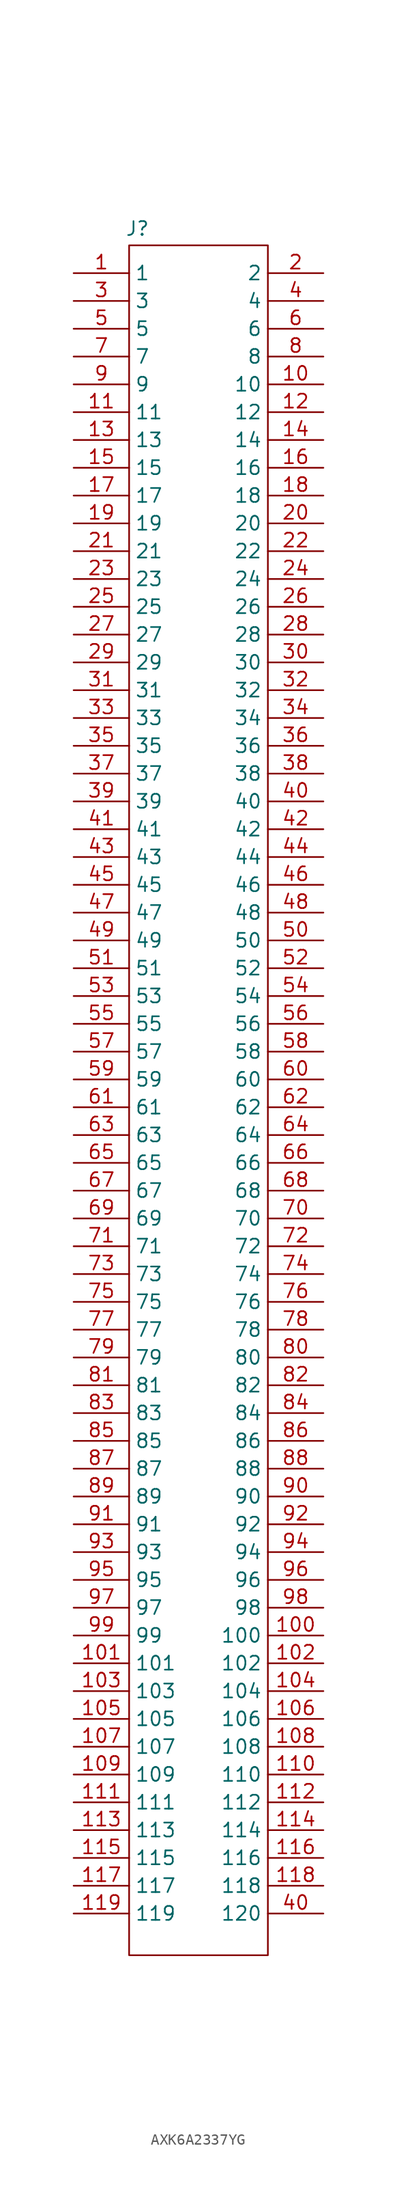
<source format=kicad_sym>
(kicad_symbol_lib
  (version 20231120)
  (generator "kicad_symbol_editor")
  (generator_version "8.0")
  (symbol "AXK6A2337YG"
    (property "Reference" "J"
      (at -5.588 78.994 0)
      (effects (font (size 1.27 1.27))))
    (property "Value" ""
      (at -1.27 0 0)
      (effects (font (size 1.27 1.27))))
    (symbol "AXK6A2337YG_0_1"
      (rectangle (start -6.35 77.47) (end 6.35 -78.74) (stroke (width 0) (type default)) (fill (type none))))
    (symbol "AXK6A2337YG_1_1"
      (pin input line (at -11.43 74.93 0) (length 5.08) (name "1" (effects (font (size 1.27 1.27)))) (number "1" (effects (font (size 1.27 1.27)))))
      (pin input line (at 11.43 64.77 180) (length 5.08) (name "10" (effects (font (size 1.27 1.27)))) (number "10" (effects (font (size 1.27 1.27)))))
      (pin input line (at 11.43 -49.53 180) (length 5.08) (name "100" (effects (font (size 1.27 1.27)))) (number "100" (effects (font (size 1.27 1.27)))))
      (pin input line (at -11.43 -52.07 0) (length 5.08) (name "101" (effects (font (size 1.27 1.27)))) (number "101" (effects (font (size 1.27 1.27)))))
      (pin input line (at 11.43 -52.07 180) (length 5.08) (name "102" (effects (font (size 1.27 1.27)))) (number "102" (effects (font (size 1.27 1.27)))))
      (pin input line (at -11.43 -54.61 0) (length 5.08) (name "103" (effects (font (size 1.27 1.27)))) (number "103" (effects (font (size 1.27 1.27)))))
      (pin input line (at 11.43 -54.61 180) (length 5.08) (name "104" (effects (font (size 1.27 1.27)))) (number "104" (effects (font (size 1.27 1.27)))))
      (pin input line (at -11.43 -57.15 0) (length 5.08) (name "105" (effects (font (size 1.27 1.27)))) (number "105" (effects (font (size 1.27 1.27)))))
      (pin input line (at 11.43 -57.15 180) (length 5.08) (name "106" (effects (font (size 1.27 1.27)))) (number "106" (effects (font (size 1.27 1.27)))))
      (pin input line (at -11.43 -59.69 0) (length 5.08) (name "107" (effects (font (size 1.27 1.27)))) (number "107" (effects (font (size 1.27 1.27)))))
      (pin input line (at 11.43 -59.69 180) (length 5.08) (name "108" (effects (font (size 1.27 1.27)))) (number "108" (effects (font (size 1.27 1.27)))))
      (pin input line (at -11.43 -62.23 0) (length 5.08) (name "109" (effects (font (size 1.27 1.27)))) (number "109" (effects (font (size 1.27 1.27)))))
      (pin input line (at -11.43 62.23 0) (length 5.08) (name "11" (effects (font (size 1.27 1.27)))) (number "11" (effects (font (size 1.27 1.27)))))
      (pin input line (at 11.43 -62.23 180) (length 5.08) (name "110" (effects (font (size 1.27 1.27)))) (number "110" (effects (font (size 1.27 1.27)))))
      (pin input line (at -11.43 -64.77 0) (length 5.08) (name "111" (effects (font (size 1.27 1.27)))) (number "111" (effects (font (size 1.27 1.27)))))
      (pin input line (at 11.43 -64.77 180) (length 5.08) (name "112" (effects (font (size 1.27 1.27)))) (number "112" (effects (font (size 1.27 1.27)))))
      (pin input line (at -11.43 -67.31 0) (length 5.08) (name "113" (effects (font (size 1.27 1.27)))) (number "113" (effects (font (size 1.27 1.27)))))
      (pin input line (at 11.43 -67.31 180) (length 5.08) (name "114" (effects (font (size 1.27 1.27)))) (number "114" (effects (font (size 1.27 1.27)))))
      (pin input line (at -11.43 -69.85 0) (length 5.08) (name "115" (effects (font (size 1.27 1.27)))) (number "115" (effects (font (size 1.27 1.27)))))
      (pin input line (at 11.43 -69.85 180) (length 5.08) (name "116" (effects (font (size 1.27 1.27)))) (number "116" (effects (font (size 1.27 1.27)))))
      (pin input line (at -11.43 -72.39 0) (length 5.08) (name "117" (effects (font (size 1.27 1.27)))) (number "117" (effects (font (size 1.27 1.27)))))
      (pin input line (at 11.43 -72.39 180) (length 5.08) (name "118" (effects (font (size 1.27 1.27)))) (number "118" (effects (font (size 1.27 1.27)))))
      (pin input line (at -11.43 -74.93 0) (length 5.08) (name "119" (effects (font (size 1.27 1.27)))) (number "119" (effects (font (size 1.27 1.27)))))
      (pin input line (at 11.43 62.23 180) (length 5.08) (name "12" (effects (font (size 1.27 1.27)))) (number "12" (effects (font (size 1.27 1.27)))))
      (pin input line (at -11.43 59.69 0) (length 5.08) (name "13" (effects (font (size 1.27 1.27)))) (number "13" (effects (font (size 1.27 1.27)))))
      (pin input line (at 11.43 59.69 180) (length 5.08) (name "14" (effects (font (size 1.27 1.27)))) (number "14" (effects (font (size 1.27 1.27)))))
      (pin input line (at -11.43 57.15 0) (length 5.08) (name "15" (effects (font (size 1.27 1.27)))) (number "15" (effects (font (size 1.27 1.27)))))
      (pin input line (at 11.43 57.15 180) (length 5.08) (name "16" (effects (font (size 1.27 1.27)))) (number "16" (effects (font (size 1.27 1.27)))))
      (pin input line (at -11.43 54.61 0) (length 5.08) (name "17" (effects (font (size 1.27 1.27)))) (number "17" (effects (font (size 1.27 1.27)))))
      (pin input line (at 11.43 54.61 180) (length 5.08) (name "18" (effects (font (size 1.27 1.27)))) (number "18" (effects (font (size 1.27 1.27)))))
      (pin input line (at -11.43 52.07 0) (length 5.08) (name "19" (effects (font (size 1.27 1.27)))) (number "19" (effects (font (size 1.27 1.27)))))
      (pin input line (at 11.43 74.93 180) (length 5.08) (name "2" (effects (font (size 1.27 1.27)))) (number "2" (effects (font (size 1.27 1.27)))))
      (pin input line (at 11.43 52.07 180) (length 5.08) (name "20" (effects (font (size 1.27 1.27)))) (number "20" (effects (font (size 1.27 1.27)))))
      (pin input line (at -11.43 49.53 0) (length 5.08) (name "21" (effects (font (size 1.27 1.27)))) (number "21" (effects (font (size 1.27 1.27)))))
      (pin input line (at 11.43 49.53 180) (length 5.08) (name "22" (effects (font (size 1.27 1.27)))) (number "22" (effects (font (size 1.27 1.27)))))
      (pin input line (at -11.43 46.99 0) (length 5.08) (name "23" (effects (font (size 1.27 1.27)))) (number "23" (effects (font (size 1.27 1.27)))))
      (pin input line (at 11.43 46.99 180) (length 5.08) (name "24" (effects (font (size 1.27 1.27)))) (number "24" (effects (font (size 1.27 1.27)))))
      (pin input line (at -11.43 44.45 0) (length 5.08) (name "25" (effects (font (size 1.27 1.27)))) (number "25" (effects (font (size 1.27 1.27)))))
      (pin input line (at 11.43 44.45 180) (length 5.08) (name "26" (effects (font (size 1.27 1.27)))) (number "26" (effects (font (size 1.27 1.27)))))
      (pin input line (at -11.43 41.91 0) (length 5.08) (name "27" (effects (font (size 1.27 1.27)))) (number "27" (effects (font (size 1.27 1.27)))))
      (pin input line (at 11.43 41.91 180) (length 5.08) (name "28" (effects (font (size 1.27 1.27)))) (number "28" (effects (font (size 1.27 1.27)))))
      (pin input line (at -11.43 39.37 0) (length 5.08) (name "29" (effects (font (size 1.27 1.27)))) (number "29" (effects (font (size 1.27 1.27)))))
      (pin input line (at -11.43 72.39 0) (length 5.08) (name "3" (effects (font (size 1.27 1.27)))) (number "3" (effects (font (size 1.27 1.27)))))
      (pin input line (at 11.43 39.37 180) (length 5.08) (name "30" (effects (font (size 1.27 1.27)))) (number "30" (effects (font (size 1.27 1.27)))))
      (pin input line (at -11.43 36.83 0) (length 5.08) (name "31" (effects (font (size 1.27 1.27)))) (number "31" (effects (font (size 1.27 1.27)))))
      (pin input line (at 11.43 36.83 180) (length 5.08) (name "32" (effects (font (size 1.27 1.27)))) (number "32" (effects (font (size 1.27 1.27)))))
      (pin input line (at -11.43 34.29 0) (length 5.08) (name "33" (effects (font (size 1.27 1.27)))) (number "33" (effects (font (size 1.27 1.27)))))
      (pin input line (at 11.43 34.29 180) (length 5.08) (name "34" (effects (font (size 1.27 1.27)))) (number "34" (effects (font (size 1.27 1.27)))))
      (pin input line (at -11.43 31.75 0) (length 5.08) (name "35" (effects (font (size 1.27 1.27)))) (number "35" (effects (font (size 1.27 1.27)))))
      (pin input line (at 11.43 31.75 180) (length 5.08) (name "36" (effects (font (size 1.27 1.27)))) (number "36" (effects (font (size 1.27 1.27)))))
      (pin input line (at -11.43 29.21 0) (length 5.08) (name "37" (effects (font (size 1.27 1.27)))) (number "37" (effects (font (size 1.27 1.27)))))
      (pin input line (at 11.43 29.21 180) (length 5.08) (name "38" (effects (font (size 1.27 1.27)))) (number "38" (effects (font (size 1.27 1.27)))))
      (pin input line (at -11.43 26.67 0) (length 5.08) (name "39" (effects (font (size 1.27 1.27)))) (number "39" (effects (font (size 1.27 1.27)))))
      (pin input line (at 11.43 72.39 180) (length 5.08) (name "4" (effects (font (size 1.27 1.27)))) (number "4" (effects (font (size 1.27 1.27)))))
      (pin input line (at 11.43 -74.93 180) (length 5.08) (name "120" (effects (font (size 1.27 1.27)))) (number "40" (effects (font (size 1.27 1.27)))))
      (pin input line (at 11.43 26.67 180) (length 5.08) (name "40" (effects (font (size 1.27 1.27)))) (number "40" (effects (font (size 1.27 1.27)))))
      (pin input line (at -11.43 24.13 0) (length 5.08) (name "41" (effects (font (size 1.27 1.27)))) (number "41" (effects (font (size 1.27 1.27)))))
      (pin input line (at 11.43 24.13 180) (length 5.08) (name "42" (effects (font (size 1.27 1.27)))) (number "42" (effects (font (size 1.27 1.27)))))
      (pin input line (at -11.43 21.59 0) (length 5.08) (name "43" (effects (font (size 1.27 1.27)))) (number "43" (effects (font (size 1.27 1.27)))))
      (pin input line (at 11.43 21.59 180) (length 5.08) (name "44" (effects (font (size 1.27 1.27)))) (number "44" (effects (font (size 1.27 1.27)))))
      (pin input line (at -11.43 19.05 0) (length 5.08) (name "45" (effects (font (size 1.27 1.27)))) (number "45" (effects (font (size 1.27 1.27)))))
      (pin input line (at 11.43 19.05 180) (length 5.08) (name "46" (effects (font (size 1.27 1.27)))) (number "46" (effects (font (size 1.27 1.27)))))
      (pin input line (at -11.43 16.51 0) (length 5.08) (name "47" (effects (font (size 1.27 1.27)))) (number "47" (effects (font (size 1.27 1.27)))))
      (pin input line (at 11.43 16.51 180) (length 5.08) (name "48" (effects (font (size 1.27 1.27)))) (number "48" (effects (font (size 1.27 1.27)))))
      (pin input line (at -11.43 13.97 0) (length 5.08) (name "49" (effects (font (size 1.27 1.27)))) (number "49" (effects (font (size 1.27 1.27)))))
      (pin input line (at -11.43 69.85 0) (length 5.08) (name "5" (effects (font (size 1.27 1.27)))) (number "5" (effects (font (size 1.27 1.27)))))
      (pin input line (at 11.43 13.97 180) (length 5.08) (name "50" (effects (font (size 1.27 1.27)))) (number "50" (effects (font (size 1.27 1.27)))))
      (pin input line (at -11.43 11.43 0) (length 5.08) (name "51" (effects (font (size 1.27 1.27)))) (number "51" (effects (font (size 1.27 1.27)))))
      (pin input line (at 11.43 11.43 180) (length 5.08) (name "52" (effects (font (size 1.27 1.27)))) (number "52" (effects (font (size 1.27 1.27)))))
      (pin input line (at -11.43 8.89 0) (length 5.08) (name "53" (effects (font (size 1.27 1.27)))) (number "53" (effects (font (size 1.27 1.27)))))
      (pin input line (at 11.43 8.89 180) (length 5.08) (name "54" (effects (font (size 1.27 1.27)))) (number "54" (effects (font (size 1.27 1.27)))))
      (pin input line (at -11.43 6.35 0) (length 5.08) (name "55" (effects (font (size 1.27 1.27)))) (number "55" (effects (font (size 1.27 1.27)))))
      (pin input line (at 11.43 6.35 180) (length 5.08) (name "56" (effects (font (size 1.27 1.27)))) (number "56" (effects (font (size 1.27 1.27)))))
      (pin input line (at -11.43 3.81 0) (length 5.08) (name "57" (effects (font (size 1.27 1.27)))) (number "57" (effects (font (size 1.27 1.27)))))
      (pin input line (at 11.43 3.81 180) (length 5.08) (name "58" (effects (font (size 1.27 1.27)))) (number "58" (effects (font (size 1.27 1.27)))))
      (pin input line (at -11.43 1.27 0) (length 5.08) (name "59" (effects (font (size 1.27 1.27)))) (number "59" (effects (font (size 1.27 1.27)))))
      (pin input line (at 11.43 69.85 180) (length 5.08) (name "6" (effects (font (size 1.27 1.27)))) (number "6" (effects (font (size 1.27 1.27)))))
      (pin input line (at 11.43 1.27 180) (length 5.08) (name "60" (effects (font (size 1.27 1.27)))) (number "60" (effects (font (size 1.27 1.27)))))
      (pin input line (at -11.43 -1.27 0) (length 5.08) (name "61" (effects (font (size 1.27 1.27)))) (number "61" (effects (font (size 1.27 1.27)))))
      (pin input line (at 11.43 -1.27 180) (length 5.08) (name "62" (effects (font (size 1.27 1.27)))) (number "62" (effects (font (size 1.27 1.27)))))
      (pin input line (at -11.43 -3.81 0) (length 5.08) (name "63" (effects (font (size 1.27 1.27)))) (number "63" (effects (font (size 1.27 1.27)))))
      (pin input line (at 11.43 -3.81 180) (length 5.08) (name "64" (effects (font (size 1.27 1.27)))) (number "64" (effects (font (size 1.27 1.27)))))
      (pin input line (at -11.43 -6.35 0) (length 5.08) (name "65" (effects (font (size 1.27 1.27)))) (number "65" (effects (font (size 1.27 1.27)))))
      (pin input line (at 11.43 -6.35 180) (length 5.08) (name "66" (effects (font (size 1.27 1.27)))) (number "66" (effects (font (size 1.27 1.27)))))
      (pin input line (at -11.43 -8.89 0) (length 5.08) (name "67" (effects (font (size 1.27 1.27)))) (number "67" (effects (font (size 1.27 1.27)))))
      (pin input line (at 11.43 -8.89 180) (length 5.08) (name "68" (effects (font (size 1.27 1.27)))) (number "68" (effects (font (size 1.27 1.27)))))
      (pin input line (at -11.43 -11.43 0) (length 5.08) (name "69" (effects (font (size 1.27 1.27)))) (number "69" (effects (font (size 1.27 1.27)))))
      (pin input line (at -11.43 67.31 0) (length 5.08) (name "7" (effects (font (size 1.27 1.27)))) (number "7" (effects (font (size 1.27 1.27)))))
      (pin input line (at 11.43 -11.43 180) (length 5.08) (name "70" (effects (font (size 1.27 1.27)))) (number "70" (effects (font (size 1.27 1.27)))))
      (pin input line (at -11.43 -13.97 0) (length 5.08) (name "71" (effects (font (size 1.27 1.27)))) (number "71" (effects (font (size 1.27 1.27)))))
      (pin input line (at 11.43 -13.97 180) (length 5.08) (name "72" (effects (font (size 1.27 1.27)))) (number "72" (effects (font (size 1.27 1.27)))))
      (pin input line (at -11.43 -16.51 0) (length 5.08) (name "73" (effects (font (size 1.27 1.27)))) (number "73" (effects (font (size 1.27 1.27)))))
      (pin input line (at 11.43 -16.51 180) (length 5.08) (name "74" (effects (font (size 1.27 1.27)))) (number "74" (effects (font (size 1.27 1.27)))))
      (pin input line (at -11.43 -19.05 0) (length 5.08) (name "75" (effects (font (size 1.27 1.27)))) (number "75" (effects (font (size 1.27 1.27)))))
      (pin input line (at 11.43 -19.05 180) (length 5.08) (name "76" (effects (font (size 1.27 1.27)))) (number "76" (effects (font (size 1.27 1.27)))))
      (pin input line (at -11.43 -21.59 0) (length 5.08) (name "77" (effects (font (size 1.27 1.27)))) (number "77" (effects (font (size 1.27 1.27)))))
      (pin input line (at 11.43 -21.59 180) (length 5.08) (name "78" (effects (font (size 1.27 1.27)))) (number "78" (effects (font (size 1.27 1.27)))))
      (pin input line (at -11.43 -24.13 0) (length 5.08) (name "79" (effects (font (size 1.27 1.27)))) (number "79" (effects (font (size 1.27 1.27)))))
      (pin input line (at 11.43 67.31 180) (length 5.08) (name "8" (effects (font (size 1.27 1.27)))) (number "8" (effects (font (size 1.27 1.27)))))
      (pin input line (at 11.43 -24.13 180) (length 5.08) (name "80" (effects (font (size 1.27 1.27)))) (number "80" (effects (font (size 1.27 1.27)))))
      (pin input line (at -11.43 -26.67 0) (length 5.08) (name "81" (effects (font (size 1.27 1.27)))) (number "81" (effects (font (size 1.27 1.27)))))
      (pin input line (at 11.43 -26.67 180) (length 5.08) (name "82" (effects (font (size 1.27 1.27)))) (number "82" (effects (font (size 1.27 1.27)))))
      (pin input line (at -11.43 -29.21 0) (length 5.08) (name "83" (effects (font (size 1.27 1.27)))) (number "83" (effects (font (size 1.27 1.27)))))
      (pin input line (at 11.43 -29.21 180) (length 5.08) (name "84" (effects (font (size 1.27 1.27)))) (number "84" (effects (font (size 1.27 1.27)))))
      (pin input line (at -11.43 -31.75 0) (length 5.08) (name "85" (effects (font (size 1.27 1.27)))) (number "85" (effects (font (size 1.27 1.27)))))
      (pin input line (at 11.43 -31.75 180) (length 5.08) (name "86" (effects (font (size 1.27 1.27)))) (number "86" (effects (font (size 1.27 1.27)))))
      (pin input line (at -11.43 -34.29 0) (length 5.08) (name "87" (effects (font (size 1.27 1.27)))) (number "87" (effects (font (size 1.27 1.27)))))
      (pin input line (at 11.43 -34.29 180) (length 5.08) (name "88" (effects (font (size 1.27 1.27)))) (number "88" (effects (font (size 1.27 1.27)))))
      (pin input line (at -11.43 -36.83 0) (length 5.08) (name "89" (effects (font (size 1.27 1.27)))) (number "89" (effects (font (size 1.27 1.27)))))
      (pin input line (at -11.43 64.77 0) (length 5.08) (name "9" (effects (font (size 1.27 1.27)))) (number "9" (effects (font (size 1.27 1.27)))))
      (pin input line (at 11.43 -36.83 180) (length 5.08) (name "90" (effects (font (size 1.27 1.27)))) (number "90" (effects (font (size 1.27 1.27)))))
      (pin input line (at -11.43 -39.37 0) (length 5.08) (name "91" (effects (font (size 1.27 1.27)))) (number "91" (effects (font (size 1.27 1.27)))))
      (pin input line (at 11.43 -39.37 180) (length 5.08) (name "92" (effects (font (size 1.27 1.27)))) (number "92" (effects (font (size 1.27 1.27)))))
      (pin input line (at -11.43 -41.91 0) (length 5.08) (name "93" (effects (font (size 1.27 1.27)))) (number "93" (effects (font (size 1.27 1.27)))))
      (pin input line (at 11.43 -41.91 180) (length 5.08) (name "94" (effects (font (size 1.27 1.27)))) (number "94" (effects (font (size 1.27 1.27)))))
      (pin input line (at -11.43 -44.45 0) (length 5.08) (name "95" (effects (font (size 1.27 1.27)))) (number "95" (effects (font (size 1.27 1.27)))))
      (pin input line (at 11.43 -44.45 180) (length 5.08) (name "96" (effects (font (size 1.27 1.27)))) (number "96" (effects (font (size 1.27 1.27)))))
      (pin input line (at -11.43 -46.99 0) (length 5.08) (name "97" (effects (font (size 1.27 1.27)))) (number "97" (effects (font (size 1.27 1.27)))))
      (pin input line (at 11.43 -46.99 180) (length 5.08) (name "98" (effects (font (size 1.27 1.27)))) (number "98" (effects (font (size 1.27 1.27)))))
      (pin input line (at -11.43 -49.53 0) (length 5.08) (name "99" (effects (font (size 1.27 1.27)))) (number "99" (effects (font (size 1.27 1.27))))))))
</source>
